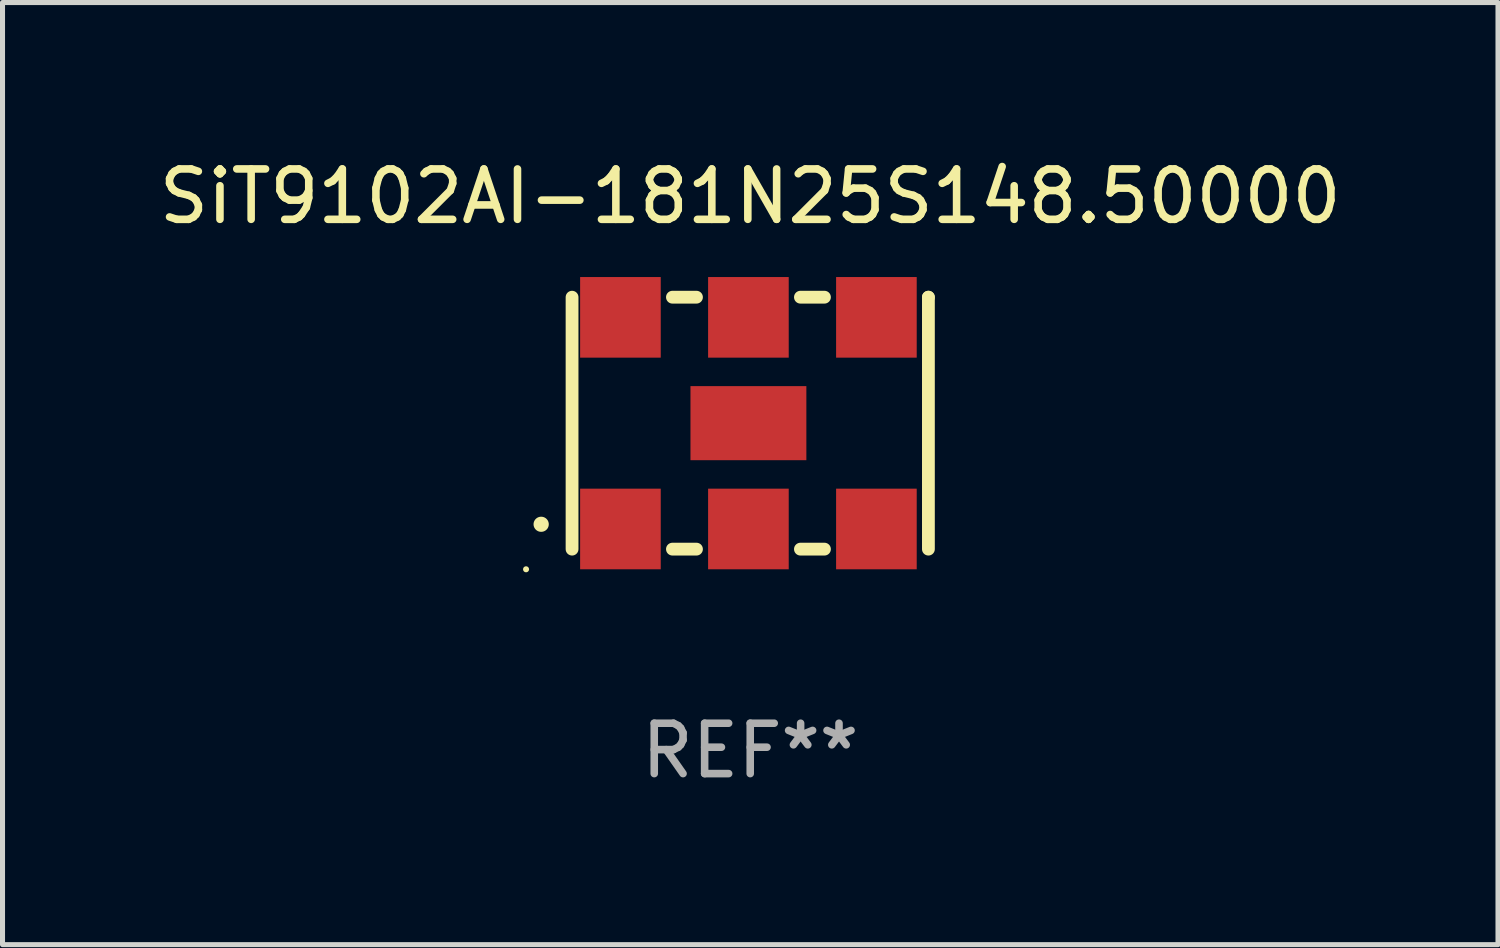
<source format=kicad_pcb>
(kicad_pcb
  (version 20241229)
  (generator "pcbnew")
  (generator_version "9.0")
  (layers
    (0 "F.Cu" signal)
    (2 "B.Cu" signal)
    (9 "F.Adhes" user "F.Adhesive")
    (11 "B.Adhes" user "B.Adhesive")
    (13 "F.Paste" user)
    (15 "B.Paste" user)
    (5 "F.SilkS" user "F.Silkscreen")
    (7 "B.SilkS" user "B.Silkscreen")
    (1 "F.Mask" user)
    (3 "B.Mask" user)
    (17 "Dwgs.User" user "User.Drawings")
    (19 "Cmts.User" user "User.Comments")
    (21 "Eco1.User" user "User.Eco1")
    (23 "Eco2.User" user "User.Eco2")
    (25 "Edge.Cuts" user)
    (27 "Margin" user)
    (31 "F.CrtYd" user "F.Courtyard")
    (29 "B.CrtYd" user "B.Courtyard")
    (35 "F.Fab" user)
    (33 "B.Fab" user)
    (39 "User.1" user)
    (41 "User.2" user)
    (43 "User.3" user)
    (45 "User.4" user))
  (footprint "SiT9102AI-181N25S148.50000"
    (layer "F.Cu")
    (at 11.839 5.348)
    (property "Reference" "SiT9102AI-181N25S148.50000" (at 0 -4.5 0) (layer "F.SilkS") (effects (font (size 1 1) (thickness 0.15))))
    (attr through_hole)
    (fp_line (start -3.536 -2.5) (end -3.536 2.5) (stroke (width 0.254) (type solid)) (layer "F.SilkS"))
    (fp_line (start -1.544 2.5) (end -1.067 2.5) (stroke (width 0.254) (type solid)) (layer "F.SilkS"))
    (fp_line (start -1.067 -2.5) (end -1.544 -2.5) (stroke (width 0.254) (type solid)) (layer "F.SilkS"))
    (fp_line (start 0.996 2.5) (end 1.473 2.5) (stroke (width 0.254) (type solid)) (layer "F.SilkS"))
    (fp_line (start 1.473 -2.5) (end 0.996 -2.5) (stroke (width 0.254) (type solid)) (layer "F.SilkS"))
    (fp_line (start 3.536 -2.5) (end 3.536 -2.5) (stroke (width 0.254) (type solid)) (layer "F.SilkS"))
    (fp_line (start 3.536 2.5) (end 3.536 -2.5) (stroke (width 0.254) (type solid)) (layer "F.SilkS"))
    (fp_arc (start -4.150432 2.006604) (mid -4.149162 2.006599) (end -4.147892 2.006604) (stroke (width 0.3) (type solid)) (layer "F.SilkS"))
    (fp_circle (center -4.449 2.9) (end -4.419 2.9) (stroke (width 0.06) (type solid)) (fill no) (layer "F.SilkS"))
    (fp_text user "REF**" (at 0 6.5 0) (layer "F.Fab") (effects (font (size 1 1) (thickness 0.15))))
    (pad "1" smd rect (at -2.576 2.1) (size 1.6 1.6) (layers "F.Cu" "F.Mask" "F.Paste"))
    (pad "2" smd rect (at -0.036 2.1) (size 1.6 1.6) (layers "F.Cu" "F.Mask" "F.Paste"))
    (pad "3" smd rect (at 2.504 2.1) (size 1.6 1.6) (layers "F.Cu" "F.Mask" "F.Paste"))
    (pad "4" smd rect (at 2.504 -2.1) (size 1.6 1.6) (layers "F.Cu" "F.Mask" "F.Paste"))
    (pad "5" smd rect (at -0.036 -2.1) (size 1.6 1.6) (layers "F.Cu" "F.Mask" "F.Paste"))
    (pad "6" smd rect (at -2.576 -2.1) (size 1.6 1.6) (layers "F.Cu" "F.Mask" "F.Paste"))
    (pad "7" smd rect (at -0.036 0) (size 2.3 1.47) (layers "F.Cu" "F.Mask" "F.Paste")))
  (gr_rect
    (start -3 -3)
    (end 26.679 15.697)
    (stroke (width 0.1) (type default))
    (fill no)
    (layer "Edge.Cuts")))
</source>
